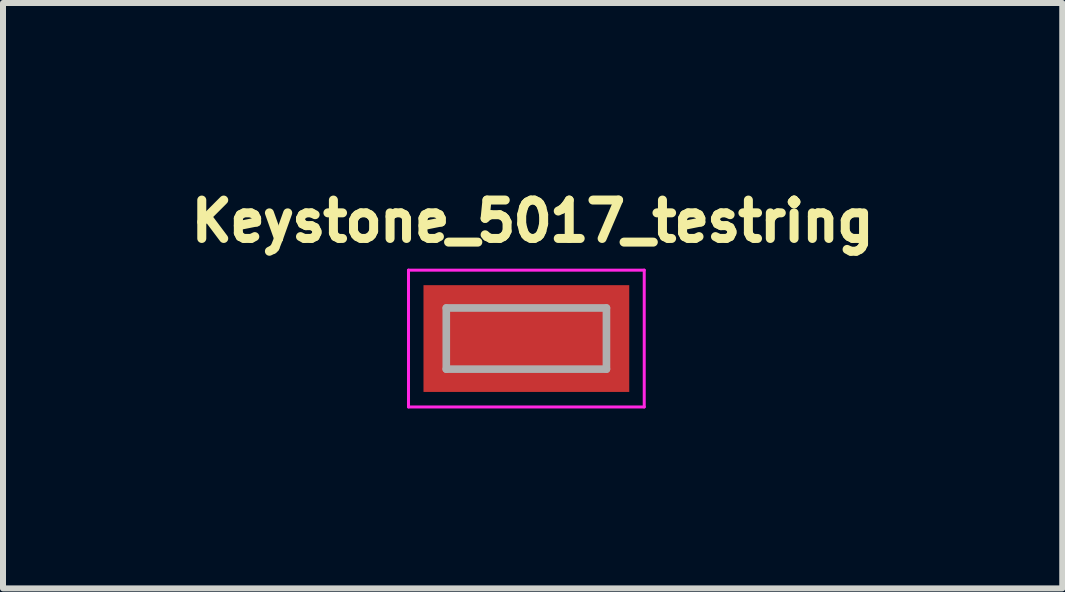
<source format=kicad_pcb>
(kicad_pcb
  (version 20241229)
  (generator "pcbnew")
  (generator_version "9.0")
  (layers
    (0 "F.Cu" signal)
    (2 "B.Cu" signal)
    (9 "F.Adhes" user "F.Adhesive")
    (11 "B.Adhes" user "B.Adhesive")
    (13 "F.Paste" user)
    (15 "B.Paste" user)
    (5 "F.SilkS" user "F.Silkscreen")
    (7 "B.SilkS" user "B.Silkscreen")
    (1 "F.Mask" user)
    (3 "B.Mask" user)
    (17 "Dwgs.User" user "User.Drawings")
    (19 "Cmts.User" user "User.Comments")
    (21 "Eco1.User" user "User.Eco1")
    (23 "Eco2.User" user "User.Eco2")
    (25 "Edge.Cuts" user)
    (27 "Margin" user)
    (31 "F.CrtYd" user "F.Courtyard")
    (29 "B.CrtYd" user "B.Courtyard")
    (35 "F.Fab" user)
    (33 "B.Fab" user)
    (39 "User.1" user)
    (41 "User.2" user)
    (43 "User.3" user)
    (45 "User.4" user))
  (footprint "Keystone_5017_testring"
    (layer "F.Cu")
    (at 5.725 2.594)
    (property "Reference" "Keystone_5017_testring" (at 0.105 -1.957 0) (layer "F.SilkS") (effects (font (size 0.64 0.64) (thickness 0.15))))
    (attr smd)
    (fp_line (start -1.965 -1.14) (end -1.965 1.14) (stroke (width 0.05) (type solid)) (layer "F.CrtYd"))
    (fp_line (start -1.965 1.14) (end 1.965 1.14) (stroke (width 0.05) (type solid)) (layer "F.CrtYd"))
    (fp_line (start 1.965 -1.14) (end -1.965 -1.14) (stroke (width 0.05) (type solid)) (layer "F.CrtYd"))
    (fp_line (start 1.965 1.14) (end 1.965 -1.14) (stroke (width 0.05) (type solid)) (layer "F.CrtYd"))
    (fp_line (start -1.335 -0.51) (end 1.335 -0.51) (stroke (width 0.127) (type solid)) (layer "F.Fab"))
    (fp_line (start -1.335 0.51) (end -1.335 -0.51) (stroke (width 0.127) (type solid)) (layer "F.Fab"))
    (fp_line (start 1.335 -0.51) (end 1.335 0.51) (stroke (width 0.127) (type solid)) (layer "F.Fab"))
    (fp_line (start 1.335 0.51) (end -1.335 0.51) (stroke (width 0.127) (type solid)) (layer "F.Fab"))
    (pad "1" smd rect (at 0 0) (size 3.43 1.78) (layers "F.Cu" "F.Mask" "F.Paste")))
  (gr_rect
    (start -3 -3)
    (end 14.659 6.759)
    (stroke (width 0.1) (type default))
    (fill no)
    (layer "Edge.Cuts")))
</source>
